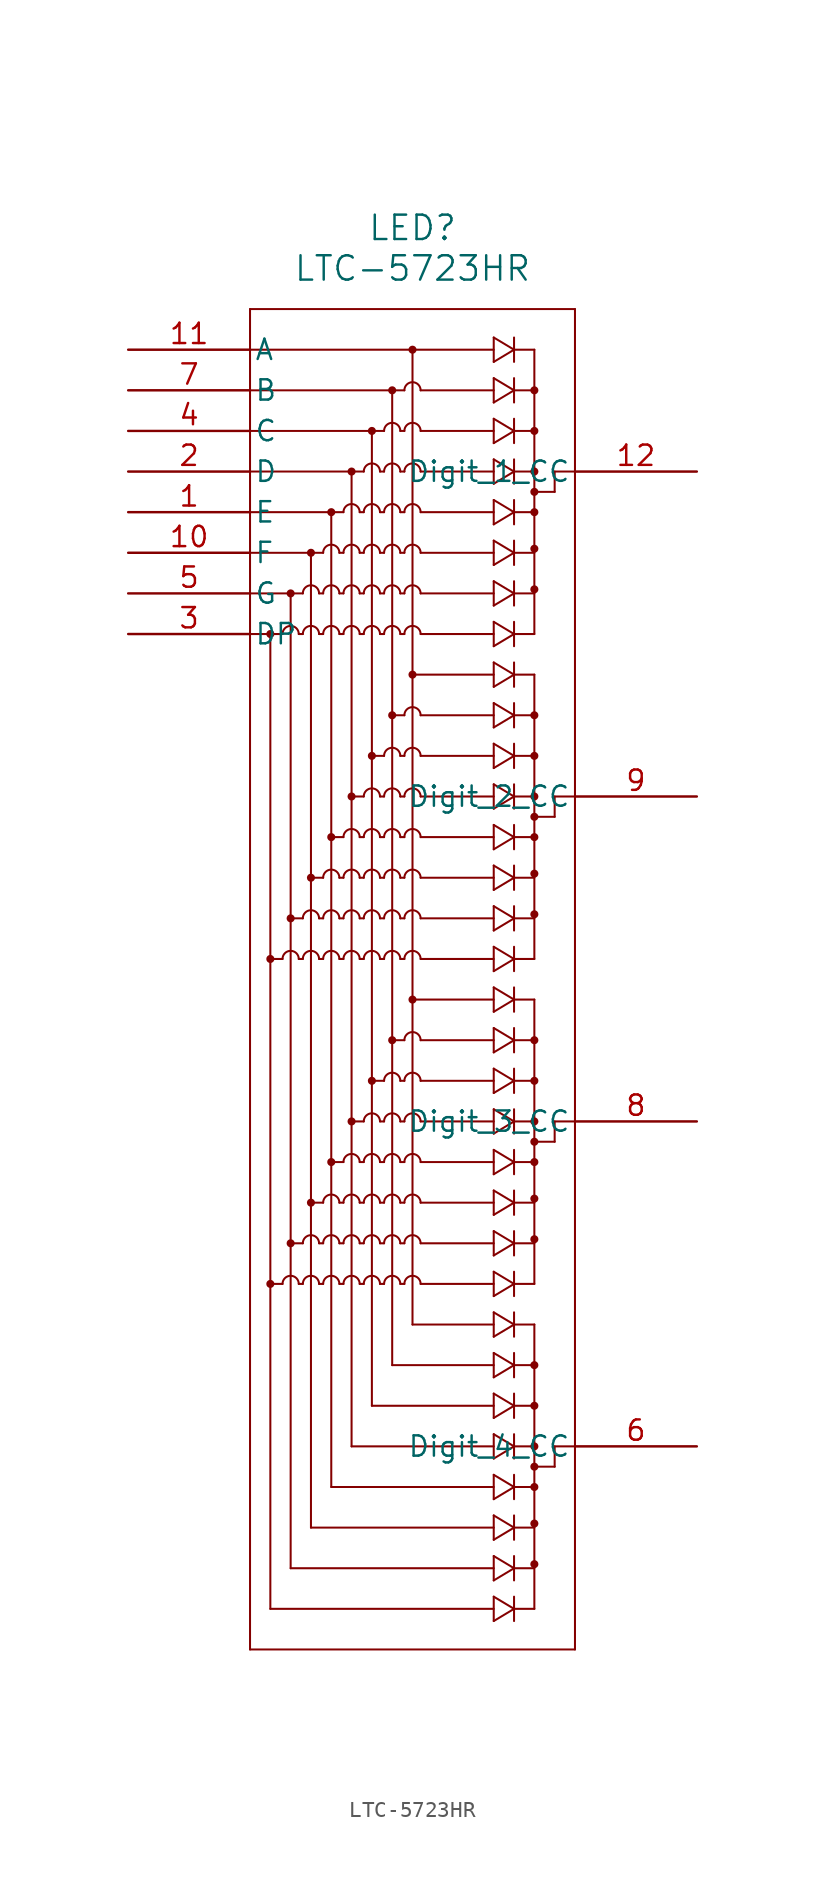
<source format=kicad_sym>
(kicad_symbol_lib
  (version 20231120)
  (generator "kicad_symbol_editor")
  (generator_version "8.0")
  (symbol "LTC-5723HR"
    (pin_names
      (offset 0.254))
    (property "Reference" "LED"
      (at 20.32 7.62 0)
      (effects (font (size 1.524 1.524))))
    (property "Value" "LTC-5723HR"
      (at 20.32 5.08 0)
      (effects (font (size 1.524 1.524))))
    (symbol "LTC-5723HR_0_1"
      (polyline (pts (xy 10.16 -81.28) (xy 30.48 -81.28)) (stroke (width 0.127) (type default)) (fill (type none)))
      (polyline (pts (xy 10.16 -17.78) (xy 12.192 -17.78)) (stroke (width 0.127) (type default)) (fill (type none)))
      (polyline (pts (xy 10.16 -15.24) (xy 13.462 -15.24)) (stroke (width 0.127) (type default)) (fill (type none)))
      (polyline (pts (xy 10.16 -10.16) (xy 16.002 -10.16)) (stroke (width 0.127) (type default)) (fill (type none)))
      (polyline (pts (xy 10.16 -7.62) (xy 17.272 -7.62)) (stroke (width 0.127) (type default)) (fill (type none)))
      (polyline (pts (xy 10.16 -2.54) (xy 19.812 -2.54)) (stroke (width 0.127) (type default)) (fill (type none)))
      (polyline (pts (xy 10.16 0) (xy 25.4 0)) (stroke (width 0.127) (type default)) (fill (type none)))
      (polyline (pts (xy 10.16 2.54) (xy 10.16 -81.28)) (stroke (width 0.127) (type default)) (fill (type none)))
      (polyline (pts (xy 11.43 -58.42) (xy 12.192 -58.42)) (stroke (width 0.127) (type default)) (fill (type none)))
      (polyline (pts (xy 11.43 -38.1) (xy 12.192 -38.1)) (stroke (width 0.127) (type default)) (fill (type none)))
      (polyline (pts (xy 11.43 -17.78) (xy 11.43 -78.74)) (stroke (width 0.127) (type default)) (fill (type none)))
      (polyline (pts (xy 12.7 -55.88) (xy 13.462 -55.88)) (stroke (width 0.127) (type default)) (fill (type none)))
      (polyline (pts (xy 12.7 -35.56) (xy 13.462 -35.56)) (stroke (width 0.127) (type default)) (fill (type none)))
      (polyline (pts (xy 12.7 -15.24) (xy 12.7 -76.2)) (stroke (width 0.127) (type default)) (fill (type none)))
      (polyline (pts (xy 13.462 -58.42) (xy 13.208 -58.42)) (stroke (width 0.127) (type default)) (fill (type none)))
      (polyline (pts (xy 13.462 -38.1) (xy 13.208 -38.1)) (stroke (width 0.127) (type default)) (fill (type none)))
      (polyline (pts (xy 13.462 -17.78) (xy 13.208 -17.78)) (stroke (width 0.127) (type default)) (fill (type none)))
      (polyline (pts (xy 13.97 -73.66) (xy 25.4 -73.66)) (stroke (width 0.127) (type default)) (fill (type none)))
      (polyline (pts (xy 13.97 -12.7) (xy 13.97 -73.66)) (stroke (width 0.127) (type default)) (fill (type none)))
      (polyline (pts (xy 14.732 -58.42) (xy 14.478 -58.42)) (stroke (width 0.127) (type default)) (fill (type none)))
      (polyline (pts (xy 14.732 -55.88) (xy 14.478 -55.88)) (stroke (width 0.127) (type default)) (fill (type none)))
      (polyline (pts (xy 14.732 -53.34) (xy 13.97 -53.34)) (stroke (width 0.127) (type default)) (fill (type none)))
      (polyline (pts (xy 14.732 -38.1) (xy 14.478 -38.1)) (stroke (width 0.127) (type default)) (fill (type none)))
      (polyline (pts (xy 14.732 -35.56) (xy 14.478 -35.56)) (stroke (width 0.127) (type default)) (fill (type none)))
      (polyline (pts (xy 14.732 -33.02) (xy 13.97 -33.02)) (stroke (width 0.127) (type default)) (fill (type none)))
      (polyline (pts (xy 14.732 -17.78) (xy 14.478 -17.78)) (stroke (width 0.127) (type default)) (fill (type none)))
      (polyline (pts (xy 14.732 -15.24) (xy 14.478 -15.24)) (stroke (width 0.127) (type default)) (fill (type none)))
      (polyline (pts (xy 14.732 -12.7) (xy 10.16 -12.7)) (stroke (width 0.127) (type default)) (fill (type none)))
      (polyline (pts (xy 15.24 -71.12) (xy 25.4 -71.12)) (stroke (width 0.127) (type default)) (fill (type none)))
      (polyline (pts (xy 15.24 -50.8) (xy 16.002 -50.8)) (stroke (width 0.127) (type default)) (fill (type none)))
      (polyline (pts (xy 15.24 -30.48) (xy 16.002 -30.48)) (stroke (width 0.127) (type default)) (fill (type none)))
      (polyline (pts (xy 15.24 -10.16) (xy 15.24 -71.12)) (stroke (width 0.127) (type default)) (fill (type none)))
      (polyline (pts (xy 16.002 -58.42) (xy 15.748 -58.42)) (stroke (width 0.127) (type default)) (fill (type none)))
      (polyline (pts (xy 16.002 -55.88) (xy 15.748 -55.88)) (stroke (width 0.127) (type default)) (fill (type none)))
      (polyline (pts (xy 16.002 -53.34) (xy 15.748 -53.34)) (stroke (width 0.127) (type default)) (fill (type none)))
      (polyline (pts (xy 16.002 -38.1) (xy 15.748 -38.1)) (stroke (width 0.127) (type default)) (fill (type none)))
      (polyline (pts (xy 16.002 -35.56) (xy 15.748 -35.56)) (stroke (width 0.127) (type default)) (fill (type none)))
      (polyline (pts (xy 16.002 -33.02) (xy 15.748 -33.02)) (stroke (width 0.127) (type default)) (fill (type none)))
      (polyline (pts (xy 16.002 -17.78) (xy 15.748 -17.78)) (stroke (width 0.127) (type default)) (fill (type none)))
      (polyline (pts (xy 16.002 -15.24) (xy 15.748 -15.24)) (stroke (width 0.127) (type default)) (fill (type none)))
      (polyline (pts (xy 16.002 -12.7) (xy 15.748 -12.7)) (stroke (width 0.127) (type default)) (fill (type none)))
      (polyline (pts (xy 16.51 -68.58) (xy 25.4 -68.58)) (stroke (width 0.127) (type default)) (fill (type none)))
      (polyline (pts (xy 16.51 -48.26) (xy 17.272 -48.26)) (stroke (width 0.127) (type default)) (fill (type none)))
      (polyline (pts (xy 16.51 -27.94) (xy 17.272 -27.94)) (stroke (width 0.127) (type default)) (fill (type none)))
      (polyline (pts (xy 16.51 -7.62) (xy 16.51 -68.58)) (stroke (width 0.127) (type default)) (fill (type none)))
      (polyline (pts (xy 17.272 -58.42) (xy 17.018 -58.42)) (stroke (width 0.127) (type default)) (fill (type none)))
      (polyline (pts (xy 17.272 -55.88) (xy 17.018 -55.88)) (stroke (width 0.127) (type default)) (fill (type none)))
      (polyline (pts (xy 17.272 -53.34) (xy 17.018 -53.34)) (stroke (width 0.127) (type default)) (fill (type none)))
      (polyline (pts (xy 17.272 -50.8) (xy 17.018 -50.8)) (stroke (width 0.127) (type default)) (fill (type none)))
      (polyline (pts (xy 17.272 -38.1) (xy 17.018 -38.1)) (stroke (width 0.127) (type default)) (fill (type none)))
      (polyline (pts (xy 17.272 -35.56) (xy 17.018 -35.56)) (stroke (width 0.127) (type default)) (fill (type none)))
      (polyline (pts (xy 17.272 -33.02) (xy 17.018 -33.02)) (stroke (width 0.127) (type default)) (fill (type none)))
      (polyline (pts (xy 17.272 -30.48) (xy 17.018 -30.48)) (stroke (width 0.127) (type default)) (fill (type none)))
      (polyline (pts (xy 17.272 -17.78) (xy 17.018 -17.78)) (stroke (width 0.127) (type default)) (fill (type none)))
      (polyline (pts (xy 17.272 -15.24) (xy 17.018 -15.24)) (stroke (width 0.127) (type default)) (fill (type none)))
      (polyline (pts (xy 17.272 -12.7) (xy 17.018 -12.7)) (stroke (width 0.127) (type default)) (fill (type none)))
      (polyline (pts (xy 17.272 -10.16) (xy 17.018 -10.16)) (stroke (width 0.127) (type default)) (fill (type none)))
      (polyline (pts (xy 17.78 -66.04) (xy 25.4 -66.04)) (stroke (width 0.127) (type default)) (fill (type none)))
      (polyline (pts (xy 17.78 -5.08) (xy 17.78 -66.04)) (stroke (width 0.127) (type default)) (fill (type none)))
      (polyline (pts (xy 18.542 -58.42) (xy 18.288 -58.42)) (stroke (width 0.127) (type default)) (fill (type none)))
      (polyline (pts (xy 18.542 -55.88) (xy 18.288 -55.88)) (stroke (width 0.127) (type default)) (fill (type none)))
      (polyline (pts (xy 18.542 -53.34) (xy 18.288 -53.34)) (stroke (width 0.127) (type default)) (fill (type none)))
      (polyline (pts (xy 18.542 -50.8) (xy 18.288 -50.8)) (stroke (width 0.127) (type default)) (fill (type none)))
      (polyline (pts (xy 18.542 -48.26) (xy 18.288 -48.26)) (stroke (width 0.127) (type default)) (fill (type none)))
      (polyline (pts (xy 18.542 -45.72) (xy 17.78 -45.72)) (stroke (width 0.127) (type default)) (fill (type none)))
      (polyline (pts (xy 18.542 -38.1) (xy 18.288 -38.1)) (stroke (width 0.127) (type default)) (fill (type none)))
      (polyline (pts (xy 18.542 -35.56) (xy 18.288 -35.56)) (stroke (width 0.127) (type default)) (fill (type none)))
      (polyline (pts (xy 18.542 -33.02) (xy 18.288 -33.02)) (stroke (width 0.127) (type default)) (fill (type none)))
      (polyline (pts (xy 18.542 -30.48) (xy 18.288 -30.48)) (stroke (width 0.127) (type default)) (fill (type none)))
      (polyline (pts (xy 18.542 -27.94) (xy 18.288 -27.94)) (stroke (width 0.127) (type default)) (fill (type none)))
      (polyline (pts (xy 18.542 -25.4) (xy 17.78 -25.4)) (stroke (width 0.127) (type default)) (fill (type none)))
      (polyline (pts (xy 18.542 -17.78) (xy 18.288 -17.78)) (stroke (width 0.127) (type default)) (fill (type none)))
      (polyline (pts (xy 18.542 -15.24) (xy 18.288 -15.24)) (stroke (width 0.127) (type default)) (fill (type none)))
      (polyline (pts (xy 18.542 -12.7) (xy 18.288 -12.7)) (stroke (width 0.127) (type default)) (fill (type none)))
      (polyline (pts (xy 18.542 -10.16) (xy 18.288 -10.16)) (stroke (width 0.127) (type default)) (fill (type none)))
      (polyline (pts (xy 18.542 -7.62) (xy 18.288 -7.62)) (stroke (width 0.127) (type default)) (fill (type none)))
      (polyline (pts (xy 18.542 -5.08) (xy 10.16 -5.08)) (stroke (width 0.127) (type default)) (fill (type none)))
      (polyline (pts (xy 19.05 -63.5) (xy 25.4 -63.5)) (stroke (width 0.127) (type default)) (fill (type none)))
      (polyline (pts (xy 19.05 -43.18) (xy 19.812 -43.18)) (stroke (width 0.127) (type default)) (fill (type none)))
      (polyline (pts (xy 19.05 -22.86) (xy 19.812 -22.86)) (stroke (width 0.127) (type default)) (fill (type none)))
      (polyline (pts (xy 19.05 -2.54) (xy 19.05 -63.5)) (stroke (width 0.127) (type default)) (fill (type none)))
      (polyline (pts (xy 19.812 -58.42) (xy 19.558 -58.42)) (stroke (width 0.127) (type default)) (fill (type none)))
      (polyline (pts (xy 19.812 -55.88) (xy 19.558 -55.88)) (stroke (width 0.127) (type default)) (fill (type none)))
      (polyline (pts (xy 19.812 -53.34) (xy 19.558 -53.34)) (stroke (width 0.127) (type default)) (fill (type none)))
      (polyline (pts (xy 19.812 -50.8) (xy 19.558 -50.8)) (stroke (width 0.127) (type default)) (fill (type none)))
      (polyline (pts (xy 19.812 -48.26) (xy 19.558 -48.26)) (stroke (width 0.127) (type default)) (fill (type none)))
      (polyline (pts (xy 19.812 -45.72) (xy 19.558 -45.72)) (stroke (width 0.127) (type default)) (fill (type none)))
      (polyline (pts (xy 19.812 -38.1) (xy 19.558 -38.1)) (stroke (width 0.127) (type default)) (fill (type none)))
      (polyline (pts (xy 19.812 -35.56) (xy 19.558 -35.56)) (stroke (width 0.127) (type default)) (fill (type none)))
      (polyline (pts (xy 19.812 -33.02) (xy 19.558 -33.02)) (stroke (width 0.127) (type default)) (fill (type none)))
      (polyline (pts (xy 19.812 -30.48) (xy 19.558 -30.48)) (stroke (width 0.127) (type default)) (fill (type none)))
      (polyline (pts (xy 19.812 -27.94) (xy 19.558 -27.94)) (stroke (width 0.127) (type default)) (fill (type none)))
      (polyline (pts (xy 19.812 -25.4) (xy 19.558 -25.4)) (stroke (width 0.127) (type default)) (fill (type none)))
      (polyline (pts (xy 19.812 -17.78) (xy 19.558 -17.78)) (stroke (width 0.127) (type default)) (fill (type none)))
      (polyline (pts (xy 19.812 -15.24) (xy 19.558 -15.24)) (stroke (width 0.127) (type default)) (fill (type none)))
      (polyline (pts (xy 19.812 -12.7) (xy 19.558 -12.7)) (stroke (width 0.127) (type default)) (fill (type none)))
      (polyline (pts (xy 19.812 -10.16) (xy 19.558 -10.16)) (stroke (width 0.127) (type default)) (fill (type none)))
      (polyline (pts (xy 19.812 -7.62) (xy 19.558 -7.62)) (stroke (width 0.127) (type default)) (fill (type none)))
      (polyline (pts (xy 19.812 -5.08) (xy 19.558 -5.08)) (stroke (width 0.127) (type default)) (fill (type none)))
      (polyline (pts (xy 20.32 -60.96) (xy 25.4 -60.96)) (stroke (width 0.127) (type default)) (fill (type none)))
      (polyline (pts (xy 20.32 -40.64) (xy 25.4 -40.64)) (stroke (width 0.127) (type default)) (fill (type none)))
      (polyline (pts (xy 20.32 -20.32) (xy 25.4 -20.32)) (stroke (width 0.127) (type default)) (fill (type none)))
      (polyline (pts (xy 20.32 0) (xy 20.32 -60.96)) (stroke (width 0.127) (type default)) (fill (type none)))
      (polyline (pts (xy 20.828 -53.34) (xy 25.4 -53.34)) (stroke (width 0.127) (type default)) (fill (type none)))
      (polyline (pts (xy 20.828 -50.8) (xy 25.4 -50.8)) (stroke (width 0.127) (type default)) (fill (type none)))
      (polyline (pts (xy 20.828 -48.26) (xy 25.4 -48.26)) (stroke (width 0.127) (type default)) (fill (type none)))
      (polyline (pts (xy 20.828 -45.72) (xy 25.4 -45.72)) (stroke (width 0.127) (type default)) (fill (type none)))
      (polyline (pts (xy 20.828 -43.18) (xy 25.4 -43.18)) (stroke (width 0.127) (type default)) (fill (type none)))
      (polyline (pts (xy 20.828 -33.02) (xy 25.4 -33.02)) (stroke (width 0.127) (type default)) (fill (type none)))
      (polyline (pts (xy 20.828 -30.48) (xy 25.4 -30.48)) (stroke (width 0.127) (type default)) (fill (type none)))
      (polyline (pts (xy 20.828 -27.94) (xy 25.4 -27.94)) (stroke (width 0.127) (type default)) (fill (type none)))
      (polyline (pts (xy 20.828 -25.4) (xy 25.4 -25.4)) (stroke (width 0.127) (type default)) (fill (type none)))
      (polyline (pts (xy 20.828 -22.86) (xy 25.4 -22.86)) (stroke (width 0.127) (type default)) (fill (type none)))
      (polyline (pts (xy 20.828 -12.7) (xy 25.4 -12.7)) (stroke (width 0.127) (type default)) (fill (type none)))
      (polyline (pts (xy 20.828 -10.16) (xy 25.4 -10.16)) (stroke (width 0.127) (type default)) (fill (type none)))
      (polyline (pts (xy 20.828 -7.62) (xy 25.4 -7.62)) (stroke (width 0.127) (type default)) (fill (type none)))
      (polyline (pts (xy 20.828 -5.08) (xy 25.4 -5.08)) (stroke (width 0.127) (type default)) (fill (type none)))
      (polyline (pts (xy 20.828 -2.54) (xy 25.4 -2.54)) (stroke (width 0.127) (type default)) (fill (type none)))
      (polyline (pts (xy 25.4 -79.502) (xy 25.4 -77.978)) (stroke (width 0.127) (type default)) (fill (type none)))
      (polyline (pts (xy 25.4 -78.74) (xy 11.43 -78.74)) (stroke (width 0.127) (type default)) (fill (type none)))
      (polyline (pts (xy 25.4 -77.978) (xy 26.67 -78.74)) (stroke (width 0.127) (type default)) (fill (type none)))
      (polyline (pts (xy 25.4 -76.962) (xy 25.4 -75.438)) (stroke (width 0.127) (type default)) (fill (type none)))
      (polyline (pts (xy 25.4 -76.2) (xy 12.7 -76.2)) (stroke (width 0.127) (type default)) (fill (type none)))
      (polyline (pts (xy 25.4 -75.438) (xy 26.67 -76.2)) (stroke (width 0.127) (type default)) (fill (type none)))
      (polyline (pts (xy 25.4 -74.422) (xy 25.4 -72.898)) (stroke (width 0.127) (type default)) (fill (type none)))
      (polyline (pts (xy 25.4 -72.898) (xy 26.67 -73.66)) (stroke (width 0.127) (type default)) (fill (type none)))
      (polyline (pts (xy 25.4 -71.882) (xy 25.4 -70.358)) (stroke (width 0.127) (type default)) (fill (type none)))
      (polyline (pts (xy 25.4 -70.358) (xy 26.67 -71.12)) (stroke (width 0.127) (type default)) (fill (type none)))
      (polyline (pts (xy 25.4 -69.342) (xy 25.4 -67.818)) (stroke (width 0.127) (type default)) (fill (type none)))
      (polyline (pts (xy 25.4 -67.818) (xy 26.67 -68.58)) (stroke (width 0.127) (type default)) (fill (type none)))
      (polyline (pts (xy 25.4 -66.802) (xy 25.4 -65.278)) (stroke (width 0.127) (type default)) (fill (type none)))
      (polyline (pts (xy 25.4 -65.278) (xy 26.67 -66.04)) (stroke (width 0.127) (type default)) (fill (type none)))
      (polyline (pts (xy 25.4 -64.262) (xy 25.4 -62.738)) (stroke (width 0.127) (type default)) (fill (type none)))
      (polyline (pts (xy 25.4 -62.738) (xy 26.67 -63.5)) (stroke (width 0.127) (type default)) (fill (type none)))
      (polyline (pts (xy 25.4 -61.722) (xy 25.4 -60.198)) (stroke (width 0.127) (type default)) (fill (type none)))
      (polyline (pts (xy 25.4 -60.198) (xy 26.67 -60.96)) (stroke (width 0.127) (type default)) (fill (type none)))
      (polyline (pts (xy 25.4 -59.182) (xy 25.4 -57.658)) (stroke (width 0.127) (type default)) (fill (type none)))
      (polyline (pts (xy 25.4 -58.42) (xy 20.828 -58.42)) (stroke (width 0.127) (type default)) (fill (type none)))
      (polyline (pts (xy 25.4 -57.658) (xy 26.67 -58.42)) (stroke (width 0.127) (type default)) (fill (type none)))
      (polyline (pts (xy 25.4 -56.642) (xy 25.4 -55.118)) (stroke (width 0.127) (type default)) (fill (type none)))
      (polyline (pts (xy 25.4 -55.88) (xy 20.828 -55.88)) (stroke (width 0.127) (type default)) (fill (type none)))
      (polyline (pts (xy 25.4 -55.118) (xy 26.67 -55.88)) (stroke (width 0.127) (type default)) (fill (type none)))
      (polyline (pts (xy 25.4 -54.102) (xy 25.4 -52.578)) (stroke (width 0.127) (type default)) (fill (type none)))
      (polyline (pts (xy 25.4 -52.578) (xy 26.67 -53.34)) (stroke (width 0.127) (type default)) (fill (type none)))
      (polyline (pts (xy 25.4 -51.562) (xy 25.4 -50.038)) (stroke (width 0.127) (type default)) (fill (type none)))
      (polyline (pts (xy 25.4 -50.038) (xy 26.67 -50.8)) (stroke (width 0.127) (type default)) (fill (type none)))
      (polyline (pts (xy 25.4 -49.022) (xy 25.4 -47.498)) (stroke (width 0.127) (type default)) (fill (type none)))
      (polyline (pts (xy 25.4 -47.498) (xy 26.67 -48.26)) (stroke (width 0.127) (type default)) (fill (type none)))
      (polyline (pts (xy 25.4 -46.482) (xy 25.4 -44.958)) (stroke (width 0.127) (type default)) (fill (type none)))
      (polyline (pts (xy 25.4 -44.958) (xy 26.67 -45.72)) (stroke (width 0.127) (type default)) (fill (type none)))
      (polyline (pts (xy 25.4 -43.942) (xy 25.4 -42.418)) (stroke (width 0.127) (type default)) (fill (type none)))
      (polyline (pts (xy 25.4 -42.418) (xy 26.67 -43.18)) (stroke (width 0.127) (type default)) (fill (type none)))
      (polyline (pts (xy 25.4 -41.402) (xy 25.4 -39.878)) (stroke (width 0.127) (type default)) (fill (type none)))
      (polyline (pts (xy 25.4 -39.878) (xy 26.67 -40.64)) (stroke (width 0.127) (type default)) (fill (type none)))
      (polyline (pts (xy 25.4 -38.862) (xy 25.4 -37.338)) (stroke (width 0.127) (type default)) (fill (type none)))
      (polyline (pts (xy 25.4 -38.1) (xy 20.828 -38.1)) (stroke (width 0.127) (type default)) (fill (type none)))
      (polyline (pts (xy 25.4 -37.338) (xy 26.67 -38.1)) (stroke (width 0.127) (type default)) (fill (type none)))
      (polyline (pts (xy 25.4 -36.322) (xy 25.4 -34.798)) (stroke (width 0.127) (type default)) (fill (type none)))
      (polyline (pts (xy 25.4 -35.56) (xy 20.828 -35.56)) (stroke (width 0.127) (type default)) (fill (type none)))
      (polyline (pts (xy 25.4 -34.798) (xy 26.67 -35.56)) (stroke (width 0.127) (type default)) (fill (type none)))
      (polyline (pts (xy 25.4 -33.782) (xy 25.4 -32.258)) (stroke (width 0.127) (type default)) (fill (type none)))
      (polyline (pts (xy 25.4 -32.258) (xy 26.67 -33.02)) (stroke (width 0.127) (type default)) (fill (type none)))
      (polyline (pts (xy 25.4 -31.242) (xy 25.4 -29.718)) (stroke (width 0.127) (type default)) (fill (type none)))
      (polyline (pts (xy 25.4 -29.718) (xy 26.67 -30.48)) (stroke (width 0.127) (type default)) (fill (type none)))
      (polyline (pts (xy 25.4 -28.702) (xy 25.4 -27.178)) (stroke (width 0.127) (type default)) (fill (type none)))
      (polyline (pts (xy 25.4 -27.178) (xy 26.67 -27.94)) (stroke (width 0.127) (type default)) (fill (type none)))
      (polyline (pts (xy 25.4 -26.162) (xy 25.4 -24.638)) (stroke (width 0.127) (type default)) (fill (type none)))
      (polyline (pts (xy 25.4 -24.638) (xy 26.67 -25.4)) (stroke (width 0.127) (type default)) (fill (type none)))
      (polyline (pts (xy 25.4 -23.622) (xy 25.4 -22.098)) (stroke (width 0.127) (type default)) (fill (type none)))
      (polyline (pts (xy 25.4 -22.098) (xy 26.67 -22.86)) (stroke (width 0.127) (type default)) (fill (type none)))
      (polyline (pts (xy 25.4 -21.082) (xy 25.4 -19.558)) (stroke (width 0.127) (type default)) (fill (type none)))
      (polyline (pts (xy 25.4 -19.558) (xy 26.67 -20.32)) (stroke (width 0.127) (type default)) (fill (type none)))
      (polyline (pts (xy 25.4 -18.542) (xy 25.4 -17.018)) (stroke (width 0.127) (type default)) (fill (type none)))
      (polyline (pts (xy 25.4 -17.78) (xy 20.828 -17.78)) (stroke (width 0.127) (type default)) (fill (type none)))
      (polyline (pts (xy 25.4 -17.018) (xy 26.67 -17.78)) (stroke (width 0.127) (type default)) (fill (type none)))
      (polyline (pts (xy 25.4 -16.002) (xy 25.4 -14.478)) (stroke (width 0.127) (type default)) (fill (type none)))
      (polyline (pts (xy 25.4 -15.24) (xy 20.828 -15.24)) (stroke (width 0.127) (type default)) (fill (type none)))
      (polyline (pts (xy 25.4 -14.478) (xy 26.67 -15.24)) (stroke (width 0.127) (type default)) (fill (type none)))
      (polyline (pts (xy 25.4 -13.462) (xy 25.4 -11.938)) (stroke (width 0.127) (type default)) (fill (type none)))
      (polyline (pts (xy 25.4 -11.938) (xy 26.67 -12.7)) (stroke (width 0.127) (type default)) (fill (type none)))
      (polyline (pts (xy 25.4 -10.922) (xy 25.4 -9.398)) (stroke (width 0.127) (type default)) (fill (type none)))
      (polyline (pts (xy 25.4 -9.398) (xy 26.67 -10.16)) (stroke (width 0.127) (type default)) (fill (type none)))
      (polyline (pts (xy 25.4 -8.382) (xy 25.4 -6.858)) (stroke (width 0.127) (type default)) (fill (type none)))
      (polyline (pts (xy 25.4 -6.858) (xy 26.67 -7.62)) (stroke (width 0.127) (type default)) (fill (type none)))
      (polyline (pts (xy 25.4 -5.842) (xy 25.4 -4.318)) (stroke (width 0.127) (type default)) (fill (type none)))
      (polyline (pts (xy 25.4 -4.318) (xy 26.67 -5.08)) (stroke (width 0.127) (type default)) (fill (type none)))
      (polyline (pts (xy 25.4 -3.302) (xy 25.4 -1.778)) (stroke (width 0.127) (type default)) (fill (type none)))
      (polyline (pts (xy 25.4 -1.778) (xy 26.67 -2.54)) (stroke (width 0.127) (type default)) (fill (type none)))
      (polyline (pts (xy 25.4 -0.762) (xy 25.4 0.762)) (stroke (width 0.127) (type default)) (fill (type none)))
      (polyline (pts (xy 25.4 0.762) (xy 26.67 0)) (stroke (width 0.127) (type default)) (fill (type none)))
      (polyline (pts (xy 26.67 -78.74) (xy 25.4 -79.502)) (stroke (width 0.127) (type default)) (fill (type none)))
      (polyline (pts (xy 26.67 -77.978) (xy 26.67 -79.502)) (stroke (width 0.127) (type default)) (fill (type none)))
      (polyline (pts (xy 26.67 -76.2) (xy 25.4 -76.962)) (stroke (width 0.127) (type default)) (fill (type none)))
      (polyline (pts (xy 26.67 -75.438) (xy 26.67 -76.962)) (stroke (width 0.127) (type default)) (fill (type none)))
      (polyline (pts (xy 26.67 -73.66) (xy 25.4 -74.422)) (stroke (width 0.127) (type default)) (fill (type none)))
      (polyline (pts (xy 26.67 -72.898) (xy 26.67 -74.422)) (stroke (width 0.127) (type default)) (fill (type none)))
      (polyline (pts (xy 26.67 -71.12) (xy 25.4 -71.882)) (stroke (width 0.127) (type default)) (fill (type none)))
      (polyline (pts (xy 26.67 -70.358) (xy 26.67 -71.882)) (stroke (width 0.127) (type default)) (fill (type none)))
      (polyline (pts (xy 26.67 -68.58) (xy 25.4 -69.342)) (stroke (width 0.127) (type default)) (fill (type none)))
      (polyline (pts (xy 26.67 -67.818) (xy 26.67 -69.342)) (stroke (width 0.127) (type default)) (fill (type none)))
      (polyline (pts (xy 26.67 -66.04) (xy 25.4 -66.802)) (stroke (width 0.127) (type default)) (fill (type none)))
      (polyline (pts (xy 26.67 -65.278) (xy 26.67 -66.802)) (stroke (width 0.127) (type default)) (fill (type none)))
      (polyline (pts (xy 26.67 -63.5) (xy 25.4 -64.262)) (stroke (width 0.127) (type default)) (fill (type none)))
      (polyline (pts (xy 26.67 -62.738) (xy 26.67 -64.262)) (stroke (width 0.127) (type default)) (fill (type none)))
      (polyline (pts (xy 26.67 -60.96) (xy 25.4 -61.722)) (stroke (width 0.127) (type default)) (fill (type none)))
      (polyline (pts (xy 26.67 -60.198) (xy 26.67 -61.722)) (stroke (width 0.127) (type default)) (fill (type none)))
      (polyline (pts (xy 26.67 -58.42) (xy 25.4 -59.182)) (stroke (width 0.127) (type default)) (fill (type none)))
      (polyline (pts (xy 26.67 -57.658) (xy 26.67 -59.182)) (stroke (width 0.127) (type default)) (fill (type none)))
      (polyline (pts (xy 26.67 -55.88) (xy 25.4 -56.642)) (stroke (width 0.127) (type default)) (fill (type none)))
      (polyline (pts (xy 26.67 -55.118) (xy 26.67 -56.642)) (stroke (width 0.127) (type default)) (fill (type none)))
      (polyline (pts (xy 26.67 -53.34) (xy 25.4 -54.102)) (stroke (width 0.127) (type default)) (fill (type none)))
      (polyline (pts (xy 26.67 -52.578) (xy 26.67 -54.102)) (stroke (width 0.127) (type default)) (fill (type none)))
      (polyline (pts (xy 26.67 -50.8) (xy 25.4 -51.562)) (stroke (width 0.127) (type default)) (fill (type none)))
      (polyline (pts (xy 26.67 -50.038) (xy 26.67 -51.562)) (stroke (width 0.127) (type default)) (fill (type none)))
      (polyline (pts (xy 26.67 -48.26) (xy 25.4 -49.022)) (stroke (width 0.127) (type default)) (fill (type none)))
      (polyline (pts (xy 26.67 -47.498) (xy 26.67 -49.022)) (stroke (width 0.127) (type default)) (fill (type none)))
      (polyline (pts (xy 26.67 -45.72) (xy 25.4 -46.482)) (stroke (width 0.127) (type default)) (fill (type none)))
      (polyline (pts (xy 26.67 -44.958) (xy 26.67 -46.482)) (stroke (width 0.127) (type default)) (fill (type none)))
      (polyline (pts (xy 26.67 -43.18) (xy 25.4 -43.942)) (stroke (width 0.127) (type default)) (fill (type none)))
      (polyline (pts (xy 26.67 -42.418) (xy 26.67 -43.942)) (stroke (width 0.127) (type default)) (fill (type none)))
      (polyline (pts (xy 26.67 -40.64) (xy 25.4 -41.402)) (stroke (width 0.127) (type default)) (fill (type none)))
      (polyline (pts (xy 26.67 -39.878) (xy 26.67 -41.402)) (stroke (width 0.127) (type default)) (fill (type none)))
      (polyline (pts (xy 26.67 -38.1) (xy 25.4 -38.862)) (stroke (width 0.127) (type default)) (fill (type none)))
      (polyline (pts (xy 26.67 -37.338) (xy 26.67 -38.862)) (stroke (width 0.127) (type default)) (fill (type none)))
      (polyline (pts (xy 26.67 -35.56) (xy 25.4 -36.322)) (stroke (width 0.127) (type default)) (fill (type none)))
      (polyline (pts (xy 26.67 -34.798) (xy 26.67 -36.322)) (stroke (width 0.127) (type default)) (fill (type none)))
      (polyline (pts (xy 26.67 -33.02) (xy 25.4 -33.782)) (stroke (width 0.127) (type default)) (fill (type none)))
      (polyline (pts (xy 26.67 -32.258) (xy 26.67 -33.782)) (stroke (width 0.127) (type default)) (fill (type none)))
      (polyline (pts (xy 26.67 -30.48) (xy 25.4 -31.242)) (stroke (width 0.127) (type default)) (fill (type none)))
      (polyline (pts (xy 26.67 -29.718) (xy 26.67 -31.242)) (stroke (width 0.127) (type default)) (fill (type none)))
      (polyline (pts (xy 26.67 -27.94) (xy 25.4 -28.702)) (stroke (width 0.127) (type default)) (fill (type none)))
      (polyline (pts (xy 26.67 -27.178) (xy 26.67 -28.702)) (stroke (width 0.127) (type default)) (fill (type none)))
      (polyline (pts (xy 26.67 -25.4) (xy 25.4 -26.162)) (stroke (width 0.127) (type default)) (fill (type none)))
      (polyline (pts (xy 26.67 -24.638) (xy 26.67 -26.162)) (stroke (width 0.127) (type default)) (fill (type none)))
      (polyline (pts (xy 26.67 -22.86) (xy 25.4 -23.622)) (stroke (width 0.127) (type default)) (fill (type none)))
      (polyline (pts (xy 26.67 -22.098) (xy 26.67 -23.622)) (stroke (width 0.127) (type default)) (fill (type none)))
      (polyline (pts (xy 26.67 -20.32) (xy 25.4 -21.082)) (stroke (width 0.127) (type default)) (fill (type none)))
      (polyline (pts (xy 26.67 -19.558) (xy 26.67 -21.082)) (stroke (width 0.127) (type default)) (fill (type none)))
      (polyline (pts (xy 26.67 -17.78) (xy 25.4 -18.542)) (stroke (width 0.127) (type default)) (fill (type none)))
      (polyline (pts (xy 26.67 -17.018) (xy 26.67 -18.542)) (stroke (width 0.127) (type default)) (fill (type none)))
      (polyline (pts (xy 26.67 -15.24) (xy 25.4 -16.002)) (stroke (width 0.127) (type default)) (fill (type none)))
      (polyline (pts (xy 26.67 -14.478) (xy 26.67 -16.002)) (stroke (width 0.127) (type default)) (fill (type none)))
      (polyline (pts (xy 26.67 -12.7) (xy 25.4 -13.462)) (stroke (width 0.127) (type default)) (fill (type none)))
      (polyline (pts (xy 26.67 -11.938) (xy 26.67 -13.462)) (stroke (width 0.127) (type default)) (fill (type none)))
      (polyline (pts (xy 26.67 -10.16) (xy 25.4 -10.922)) (stroke (width 0.127) (type default)) (fill (type none)))
      (polyline (pts (xy 26.67 -9.398) (xy 26.67 -10.922)) (stroke (width 0.127) (type default)) (fill (type none)))
      (polyline (pts (xy 26.67 -7.62) (xy 25.4 -8.382)) (stroke (width 0.127) (type default)) (fill (type none)))
      (polyline (pts (xy 26.67 -6.858) (xy 26.67 -8.382)) (stroke (width 0.127) (type default)) (fill (type none)))
      (polyline (pts (xy 26.67 -5.08) (xy 25.4 -5.842)) (stroke (width 0.127) (type default)) (fill (type none)))
      (polyline (pts (xy 26.67 -4.318) (xy 26.67 -5.842)) (stroke (width 0.127) (type default)) (fill (type none)))
      (polyline (pts (xy 26.67 -2.54) (xy 25.4 -3.302)) (stroke (width 0.127) (type default)) (fill (type none)))
      (polyline (pts (xy 26.67 -1.778) (xy 26.67 -3.302)) (stroke (width 0.127) (type default)) (fill (type none)))
      (polyline (pts (xy 26.67 0) (xy 25.4 -0.762)) (stroke (width 0.127) (type default)) (fill (type none)))
      (polyline (pts (xy 26.67 0.762) (xy 26.67 -0.762)) (stroke (width 0.127) (type default)) (fill (type none)))
      (polyline (pts (xy 27.94 -78.74) (xy 26.67 -78.74)) (stroke (width 0.127) (type default)) (fill (type none)))
      (polyline (pts (xy 27.94 -78.74) (xy 27.94 -60.96)) (stroke (width 0.127) (type default)) (fill (type none)))
      (polyline (pts (xy 27.94 -76.2) (xy 26.67 -76.2)) (stroke (width 0.127) (type default)) (fill (type none)))
      (polyline (pts (xy 27.94 -73.66) (xy 26.67 -73.66)) (stroke (width 0.127) (type default)) (fill (type none)))
      (polyline (pts (xy 27.94 -71.12) (xy 26.67 -71.12)) (stroke (width 0.127) (type default)) (fill (type none)))
      (polyline (pts (xy 27.94 -68.58) (xy 26.67 -68.58)) (stroke (width 0.127) (type default)) (fill (type none)))
      (polyline (pts (xy 27.94 -66.04) (xy 26.67 -66.04)) (stroke (width 0.127) (type default)) (fill (type none)))
      (polyline (pts (xy 27.94 -63.5) (xy 26.67 -63.5)) (stroke (width 0.127) (type default)) (fill (type none)))
      (polyline (pts (xy 27.94 -60.96) (xy 26.67 -60.96)) (stroke (width 0.127) (type default)) (fill (type none)))
      (polyline (pts (xy 27.94 -58.42) (xy 26.67 -58.42)) (stroke (width 0.127) (type default)) (fill (type none)))
      (polyline (pts (xy 27.94 -58.42) (xy 27.94 -40.64)) (stroke (width 0.127) (type default)) (fill (type none)))
      (polyline (pts (xy 27.94 -55.88) (xy 26.67 -55.88)) (stroke (width 0.127) (type default)) (fill (type none)))
      (polyline (pts (xy 27.94 -53.34) (xy 26.67 -53.34)) (stroke (width 0.127) (type default)) (fill (type none)))
      (polyline (pts (xy 27.94 -50.8) (xy 26.67 -50.8)) (stroke (width 0.127) (type default)) (fill (type none)))
      (polyline (pts (xy 27.94 -48.26) (xy 26.67 -48.26)) (stroke (width 0.127) (type default)) (fill (type none)))
      (polyline (pts (xy 27.94 -45.72) (xy 26.67 -45.72)) (stroke (width 0.127) (type default)) (fill (type none)))
      (polyline (pts (xy 27.94 -43.18) (xy 26.67 -43.18)) (stroke (width 0.127) (type default)) (fill (type none)))
      (polyline (pts (xy 27.94 -40.64) (xy 26.67 -40.64)) (stroke (width 0.127) (type default)) (fill (type none)))
      (polyline (pts (xy 27.94 -38.1) (xy 26.67 -38.1)) (stroke (width 0.127) (type default)) (fill (type none)))
      (polyline (pts (xy 27.94 -38.1) (xy 27.94 -20.32)) (stroke (width 0.127) (type default)) (fill (type none)))
      (polyline (pts (xy 27.94 -35.56) (xy 26.67 -35.56)) (stroke (width 0.127) (type default)) (fill (type none)))
      (polyline (pts (xy 27.94 -33.02) (xy 26.67 -33.02)) (stroke (width 0.127) (type default)) (fill (type none)))
      (polyline (pts (xy 27.94 -30.48) (xy 26.67 -30.48)) (stroke (width 0.127) (type default)) (fill (type none)))
      (polyline (pts (xy 27.94 -27.94) (xy 26.67 -27.94)) (stroke (width 0.127) (type default)) (fill (type none)))
      (polyline (pts (xy 27.94 -25.4) (xy 26.67 -25.4)) (stroke (width 0.127) (type default)) (fill (type none)))
      (polyline (pts (xy 27.94 -22.86) (xy 26.67 -22.86)) (stroke (width 0.127) (type default)) (fill (type none)))
      (polyline (pts (xy 27.94 -20.32) (xy 26.67 -20.32)) (stroke (width 0.127) (type default)) (fill (type none)))
      (polyline (pts (xy 27.94 -17.78) (xy 26.67 -17.78)) (stroke (width 0.127) (type default)) (fill (type none)))
      (polyline (pts (xy 27.94 -17.78) (xy 27.94 0)) (stroke (width 0.127) (type default)) (fill (type none)))
      (polyline (pts (xy 27.94 -15.24) (xy 26.67 -15.24)) (stroke (width 0.127) (type default)) (fill (type none)))
      (polyline (pts (xy 27.94 -12.7) (xy 26.67 -12.7)) (stroke (width 0.127) (type default)) (fill (type none)))
      (polyline (pts (xy 27.94 -10.16) (xy 26.67 -10.16)) (stroke (width 0.127) (type default)) (fill (type none)))
      (polyline (pts (xy 27.94 -7.62) (xy 26.67 -7.62)) (stroke (width 0.127) (type default)) (fill (type none)))
      (polyline (pts (xy 27.94 -5.08) (xy 26.67 -5.08)) (stroke (width 0.127) (type default)) (fill (type none)))
      (polyline (pts (xy 27.94 -2.54) (xy 26.67 -2.54)) (stroke (width 0.127) (type default)) (fill (type none)))
      (polyline (pts (xy 27.94 0) (xy 26.67 0)) (stroke (width 0.127) (type default)) (fill (type none)))
      (polyline (pts (xy 29.21 -69.85) (xy 27.94 -69.85)) (stroke (width 0.127) (type default)) (fill (type none)))
      (polyline (pts (xy 29.21 -68.58) (xy 29.21 -69.85)) (stroke (width 0.127) (type default)) (fill (type none)))
      (polyline (pts (xy 29.21 -49.53) (xy 27.94 -49.53)) (stroke (width 0.127) (type default)) (fill (type none)))
      (polyline (pts (xy 29.21 -48.26) (xy 29.21 -49.53)) (stroke (width 0.127) (type default)) (fill (type none)))
      (polyline (pts (xy 29.21 -29.21) (xy 27.94 -29.21)) (stroke (width 0.127) (type default)) (fill (type none)))
      (polyline (pts (xy 29.21 -27.94) (xy 29.21 -29.21)) (stroke (width 0.127) (type default)) (fill (type none)))
      (polyline (pts (xy 29.21 -8.89) (xy 27.94 -8.89)) (stroke (width 0.127) (type default)) (fill (type none)))
      (polyline (pts (xy 29.21 -7.62) (xy 29.21 -8.89)) (stroke (width 0.127) (type default)) (fill (type none)))
      (polyline (pts (xy 30.48 -81.28) (xy 30.48 2.54)) (stroke (width 0.127) (type default)) (fill (type none)))
      (polyline (pts (xy 30.48 -68.58) (xy 29.21 -68.58)) (stroke (width 0.127) (type default)) (fill (type none)))
      (polyline (pts (xy 30.48 -48.26) (xy 29.21 -48.26)) (stroke (width 0.127) (type default)) (fill (type none)))
      (polyline (pts (xy 30.48 -27.94) (xy 29.21 -27.94)) (stroke (width 0.127) (type default)) (fill (type none)))
      (polyline (pts (xy 30.48 -7.62) (xy 29.21 -7.62)) (stroke (width 0.127) (type default)) (fill (type none)))
      (polyline (pts (xy 30.48 2.54) (xy 10.16 2.54)) (stroke (width 0.127) (type default)) (fill (type none)))
      (circle (center 11.43 -58.42) (radius 0.127) (stroke (width 0.254) (type default)) (fill (type none)))
      (circle (center 11.43 -38.1) (radius 0.127) (stroke (width 0.254) (type default)) (fill (type none)))
      (circle (center 11.43 -17.78) (radius 0.127) (stroke (width 0.254) (type default)) (fill (type none)))
      (circle (center 12.7 -55.88) (radius 0.127) (stroke (width 0.254) (type default)) (fill (type none)))
      (circle (center 12.7 -35.56) (radius 0.127) (stroke (width 0.254) (type default)) (fill (type none)))
      (circle (center 12.7 -15.24) (radius 0.127) (stroke (width 0.254) (type default)) (fill (type none)))
      (arc (start 13.208 -58.42) (mid 12.7 -57.9142) (end 12.192 -58.42) (stroke (width 0.127) (type default)) (fill (type none)))
      (arc (start 13.208 -38.1) (mid 12.7 -37.5942) (end 12.192 -38.1) (stroke (width 0.127) (type default)) (fill (type none)))
      (arc (start 13.208 -17.78) (mid 12.7 -17.2742) (end 12.192 -17.78) (stroke (width 0.127) (type default)) (fill (type none)))
      (circle (center 13.97 -53.34) (radius 0.127) (stroke (width 0.254) (type default)) (fill (type none)))
      (circle (center 13.97 -33.02) (radius 0.127) (stroke (width 0.254) (type default)) (fill (type none)))
      (circle (center 13.97 -12.7) (radius 0.127) (stroke (width 0.254) (type default)) (fill (type none)))
      (arc (start 14.478 -58.42) (mid 13.97 -57.9142) (end 13.462 -58.42) (stroke (width 0.127) (type default)) (fill (type none)))
      (arc (start 14.478 -55.88) (mid 13.97 -55.3742) (end 13.462 -55.88) (stroke (width 0.127) (type default)) (fill (type none)))
      (arc (start 14.478 -38.1) (mid 13.97 -37.5942) (end 13.462 -38.1) (stroke (width 0.127) (type default)) (fill (type none)))
      (arc (start 14.478 -35.56) (mid 13.97 -35.0542) (end 13.462 -35.56) (stroke (width 0.127) (type default)) (fill (type none)))
      (arc (start 14.478 -17.78) (mid 13.97 -17.2742) (end 13.462 -17.78) (stroke (width 0.127) (type default)) (fill (type none)))
      (arc (start 14.478 -15.24) (mid 13.97 -14.7342) (end 13.462 -15.24) (stroke (width 0.127) (type default)) (fill (type none)))
      (circle (center 15.24 -50.8) (radius 0.127) (stroke (width 0.254) (type default)) (fill (type none)))
      (circle (center 15.24 -30.48) (radius 0.127) (stroke (width 0.254) (type default)) (fill (type none)))
      (circle (center 15.24 -10.16) (radius 0.127) (stroke (width 0.254) (type default)) (fill (type none)))
      (arc (start 15.748 -58.42) (mid 15.24 -57.9142) (end 14.732 -58.42) (stroke (width 0.127) (type default)) (fill (type none)))
      (arc (start 15.748 -55.88) (mid 15.24 -55.3742) (end 14.732 -55.88) (stroke (width 0.127) (type default)) (fill (type none)))
      (arc (start 15.748 -53.34) (mid 15.24 -52.8342) (end 14.732 -53.34) (stroke (width 0.127) (type default)) (fill (type none)))
      (arc (start 15.748 -38.1) (mid 15.24 -37.5942) (end 14.732 -38.1) (stroke (width 0.127) (type default)) (fill (type none)))
      (arc (start 15.748 -35.56) (mid 15.24 -35.0542) (end 14.732 -35.56) (stroke (width 0.127) (type default)) (fill (type none)))
      (arc (start 15.748 -33.02) (mid 15.24 -32.5142) (end 14.732 -33.02) (stroke (width 0.127) (type default)) (fill (type none)))
      (arc (start 15.748 -17.78) (mid 15.24 -17.2742) (end 14.732 -17.78) (stroke (width 0.127) (type default)) (fill (type none)))
      (arc (start 15.748 -15.24) (mid 15.24 -14.7342) (end 14.732 -15.24) (stroke (width 0.127) (type default)) (fill (type none)))
      (arc (start 15.748 -12.7) (mid 15.24 -12.1942) (end 14.732 -12.7) (stroke (width 0.127) (type default)) (fill (type none)))
      (circle (center 16.51 -48.26) (radius 0.127) (stroke (width 0.254) (type default)) (fill (type none)))
      (circle (center 16.51 -27.94) (radius 0.127) (stroke (width 0.254) (type default)) (fill (type none)))
      (circle (center 16.51 -7.62) (radius 0.127) (stroke (width 0.254) (type default)) (fill (type none)))
      (arc (start 17.018 -58.42) (mid 16.51 -57.9142) (end 16.002 -58.42) (stroke (width 0.127) (type default)) (fill (type none)))
      (arc (start 17.018 -55.88) (mid 16.51 -55.3742) (end 16.002 -55.88) (stroke (width 0.127) (type default)) (fill (type none)))
      (arc (start 17.018 -53.34) (mid 16.51 -52.8342) (end 16.002 -53.34) (stroke (width 0.127) (type default)) (fill (type none)))
      (arc (start 17.018 -50.8) (mid 16.51 -50.2942) (end 16.002 -50.8) (stroke (width 0.127) (type default)) (fill (type none)))
      (arc (start 17.018 -38.1) (mid 16.51 -37.5942) (end 16.002 -38.1) (stroke (width 0.127) (type default)) (fill (type none)))
      (arc (start 17.018 -35.56) (mid 16.51 -35.0542) (end 16.002 -35.56) (stroke (width 0.127) (type default)) (fill (type none)))
      (arc (start 17.018 -33.02) (mid 16.51 -32.5142) (end 16.002 -33.02) (stroke (width 0.127) (type default)) (fill (type none)))
      (arc (start 17.018 -30.48) (mid 16.51 -29.9742) (end 16.002 -30.48) (stroke (width 0.127) (type default)) (fill (type none)))
      (arc (start 17.018 -17.78) (mid 16.51 -17.2742) (end 16.002 -17.78) (stroke (width 0.127) (type default)) (fill (type none)))
      (arc (start 17.018 -15.24) (mid 16.51 -14.7342) (end 16.002 -15.24) (stroke (width 0.127) (type default)) (fill (type none)))
      (arc (start 17.018 -12.7) (mid 16.51 -12.1942) (end 16.002 -12.7) (stroke (width 0.127) (type default)) (fill (type none)))
      (arc (start 17.018 -10.16) (mid 16.51 -9.6542) (end 16.002 -10.16) (stroke (width 0.127) (type default)) (fill (type none)))
      (circle (center 17.78 -45.72) (radius 0.127) (stroke (width 0.254) (type default)) (fill (type none)))
      (circle (center 17.78 -25.4) (radius 0.127) (stroke (width 0.254) (type default)) (fill (type none)))
      (circle (center 17.78 -5.08) (radius 0.127) (stroke (width 0.254) (type default)) (fill (type none)))
      (arc (start 18.288 -58.42) (mid 17.78 -57.9142) (end 17.272 -58.42) (stroke (width 0.127) (type default)) (fill (type none)))
      (arc (start 18.288 -55.88) (mid 17.78 -55.3742) (end 17.272 -55.88) (stroke (width 0.127) (type default)) (fill (type none)))
      (arc (start 18.288 -53.34) (mid 17.78 -52.8342) (end 17.272 -53.34) (stroke (width 0.127) (type default)) (fill (type none)))
      (arc (start 18.288 -50.8) (mid 17.78 -50.2942) (end 17.272 -50.8) (stroke (width 0.127) (type default)) (fill (type none)))
      (arc (start 18.288 -48.26) (mid 17.78 -47.7542) (end 17.272 -48.26) (stroke (width 0.127) (type default)) (fill (type none)))
      (arc (start 18.288 -38.1) (mid 17.78 -37.5942) (end 17.272 -38.1) (stroke (width 0.127) (type default)) (fill (type none)))
      (arc (start 18.288 -35.56) (mid 17.78 -35.0542) (end 17.272 -35.56) (stroke (width 0.127) (type default)) (fill (type none)))
      (arc (start 18.288 -33.02) (mid 17.78 -32.5142) (end 17.272 -33.02) (stroke (width 0.127) (type default)) (fill (type none)))
      (arc (start 18.288 -30.48) (mid 17.78 -29.9742) (end 17.272 -30.48) (stroke (width 0.127) (type default)) (fill (type none)))
      (arc (start 18.288 -27.94) (mid 17.78 -27.4342) (end 17.272 -27.94) (stroke (width 0.127) (type default)) (fill (type none)))
      (arc (start 18.288 -17.78) (mid 17.78 -17.2742) (end 17.272 -17.78) (stroke (width 0.127) (type default)) (fill (type none)))
      (arc (start 18.288 -15.24) (mid 17.78 -14.7342) (end 17.272 -15.24) (stroke (width 0.127) (type default)) (fill (type none)))
      (arc (start 18.288 -12.7) (mid 17.78 -12.1942) (end 17.272 -12.7) (stroke (width 0.127) (type default)) (fill (type none)))
      (arc (start 18.288 -10.16) (mid 17.78 -9.6542) (end 17.272 -10.16) (stroke (width 0.127) (type default)) (fill (type none)))
      (arc (start 18.288 -7.62) (mid 17.78 -7.1142) (end 17.272 -7.62) (stroke (width 0.127) (type default)) (fill (type none)))
      (circle (center 19.05 -43.18) (radius 0.127) (stroke (width 0.254) (type default)) (fill (type none)))
      (circle (center 19.05 -22.86) (radius 0.127) (stroke (width 0.254) (type default)) (fill (type none)))
      (circle (center 19.05 -2.54) (radius 0.127) (stroke (width 0.254) (type default)) (fill (type none)))
      (arc (start 19.558 -58.42) (mid 19.05 -57.9142) (end 18.542 -58.42) (stroke (width 0.127) (type default)) (fill (type none)))
      (arc (start 19.558 -55.88) (mid 19.05 -55.3742) (end 18.542 -55.88) (stroke (width 0.127) (type default)) (fill (type none)))
      (arc (start 19.558 -53.34) (mid 19.05 -52.8342) (end 18.542 -53.34) (stroke (width 0.127) (type default)) (fill (type none)))
      (arc (start 19.558 -50.8) (mid 19.05 -50.2942) (end 18.542 -50.8) (stroke (width 0.127) (type default)) (fill (type none)))
      (arc (start 19.558 -48.26) (mid 19.05 -47.7542) (end 18.542 -48.26) (stroke (width 0.127) (type default)) (fill (type none)))
      (arc (start 19.558 -45.72) (mid 19.05 -45.2142) (end 18.542 -45.72) (stroke (width 0.127) (type default)) (fill (type none)))
      (arc (start 19.558 -38.1) (mid 19.05 -37.5942) (end 18.542 -38.1) (stroke (width 0.127) (type default)) (fill (type none)))
      (arc (start 19.558 -35.56) (mid 19.05 -35.0542) (end 18.542 -35.56) (stroke (width 0.127) (type default)) (fill (type none)))
      (arc (start 19.558 -33.02) (mid 19.05 -32.5142) (end 18.542 -33.02) (stroke (width 0.127) (type default)) (fill (type none)))
      (arc (start 19.558 -30.48) (mid 19.05 -29.9742) (end 18.542 -30.48) (stroke (width 0.127) (type default)) (fill (type none)))
      (arc (start 19.558 -27.94) (mid 19.05 -27.4342) (end 18.542 -27.94) (stroke (width 0.127) (type default)) (fill (type none)))
      (arc (start 19.558 -25.4) (mid 19.05 -24.8942) (end 18.542 -25.4) (stroke (width 0.127) (type default)) (fill (type none)))
      (arc (start 19.558 -17.78) (mid 19.05 -17.2742) (end 18.542 -17.78) (stroke (width 0.127) (type default)) (fill (type none)))
      (arc (start 19.558 -15.24) (mid 19.05 -14.7342) (end 18.542 -15.24) (stroke (width 0.127) (type default)) (fill (type none)))
      (arc (start 19.558 -12.7) (mid 19.05 -12.1942) (end 18.542 -12.7) (stroke (width 0.127) (type default)) (fill (type none)))
      (arc (start 19.558 -10.16) (mid 19.05 -9.6542) (end 18.542 -10.16) (stroke (width 0.127) (type default)) (fill (type none)))
      (arc (start 19.558 -7.62) (mid 19.05 -7.1142) (end 18.542 -7.62) (stroke (width 0.127) (type default)) (fill (type none)))
      (arc (start 19.558 -5.08) (mid 19.05 -4.5742) (end 18.542 -5.08) (stroke (width 0.127) (type default)) (fill (type none)))
      (circle (center 20.32 -40.64) (radius 0.127) (stroke (width 0.254) (type default)) (fill (type none)))
      (circle (center 20.32 -20.32) (radius 0.127) (stroke (width 0.254) (type default)) (fill (type none)))
      (circle (center 20.32 0) (radius 0.127) (stroke (width 0.254) (type default)) (fill (type none)))
      (arc (start 20.828 -58.42) (mid 20.32 -57.9142) (end 19.812 -58.42) (stroke (width 0.127) (type default)) (fill (type none)))
      (arc (start 20.828 -55.88) (mid 20.32 -55.3742) (end 19.812 -55.88) (stroke (width 0.127) (type default)) (fill (type none)))
      (arc (start 20.828 -53.34) (mid 20.32 -52.8342) (end 19.812 -53.34) (stroke (width 0.127) (type default)) (fill (type none)))
      (arc (start 20.828 -50.8) (mid 20.32 -50.2942) (end 19.812 -50.8) (stroke (width 0.127) (type default)) (fill (type none)))
      (arc (start 20.828 -48.26) (mid 20.32 -47.7542) (end 19.812 -48.26) (stroke (width 0.127) (type default)) (fill (type none)))
      (arc (start 20.828 -45.72) (mid 20.32 -45.2142) (end 19.812 -45.72) (stroke (width 0.127) (type default)) (fill (type none)))
      (arc (start 20.828 -43.18) (mid 20.32 -42.6742) (end 19.812 -43.18) (stroke (width 0.127) (type default)) (fill (type none)))
      (arc (start 20.828 -38.1) (mid 20.32 -37.5942) (end 19.812 -38.1) (stroke (width 0.127) (type default)) (fill (type none)))
      (arc (start 20.828 -35.56) (mid 20.32 -35.0542) (end 19.812 -35.56) (stroke (width 0.127) (type default)) (fill (type none)))
      (arc (start 20.828 -33.02) (mid 20.32 -32.5142) (end 19.812 -33.02) (stroke (width 0.127) (type default)) (fill (type none)))
      (arc (start 20.828 -30.48) (mid 20.32 -29.9742) (end 19.812 -30.48) (stroke (width 0.127) (type default)) (fill (type none)))
      (arc (start 20.828 -27.94) (mid 20.32 -27.4342) (end 19.812 -27.94) (stroke (width 0.127) (type default)) (fill (type none)))
      (arc (start 20.828 -25.4) (mid 20.32 -24.8942) (end 19.812 -25.4) (stroke (width 0.127) (type default)) (fill (type none)))
      (arc (start 20.828 -22.86) (mid 20.32 -22.3542) (end 19.812 -22.86) (stroke (width 0.127) (type default)) (fill (type none)))
      (arc (start 20.828 -17.78) (mid 20.32 -17.2742) (end 19.812 -17.78) (stroke (width 0.127) (type default)) (fill (type none)))
      (arc (start 20.828 -15.24) (mid 20.32 -14.7342) (end 19.812 -15.24) (stroke (width 0.127) (type default)) (fill (type none)))
      (arc (start 20.828 -12.7) (mid 20.32 -12.1942) (end 19.812 -12.7) (stroke (width 0.127) (type default)) (fill (type none)))
      (arc (start 20.828 -10.16) (mid 20.32 -9.6542) (end 19.812 -10.16) (stroke (width 0.127) (type default)) (fill (type none)))
      (arc (start 20.828 -7.62) (mid 20.32 -7.1142) (end 19.812 -7.62) (stroke (width 0.127) (type default)) (fill (type none)))
      (arc (start 20.828 -5.08) (mid 20.32 -4.5742) (end 19.812 -5.08) (stroke (width 0.127) (type default)) (fill (type none)))
      (arc (start 20.828 -2.54) (mid 20.32 -2.0342) (end 19.812 -2.54) (stroke (width 0.127) (type default)) (fill (type none)))
      (circle (center 27.94 -75.946) (radius 0.127) (stroke (width 0.254) (type default)) (fill (type none)))
      (circle (center 27.94 -73.406) (radius 0.127) (stroke (width 0.254) (type default)) (fill (type none)))
      (circle (center 27.94 -71.12) (radius 0.127) (stroke (width 0.254) (type default)) (fill (type none)))
      (circle (center 27.94 -69.85) (radius 0.127) (stroke (width 0.254) (type default)) (fill (type none)))
      (circle (center 27.94 -68.58) (radius 0.127) (stroke (width 0.254) (type default)) (fill (type none)))
      (circle (center 27.94 -66.04) (radius 0.127) (stroke (width 0.254) (type default)) (fill (type none)))
      (circle (center 27.94 -63.5) (radius 0.127) (stroke (width 0.254) (type default)) (fill (type none)))
      (circle (center 27.94 -55.626) (radius 0.127) (stroke (width 0.254) (type default)) (fill (type none)))
      (circle (center 27.94 -53.086) (radius 0.127) (stroke (width 0.254) (type default)) (fill (type none)))
      (circle (center 27.94 -50.8) (radius 0.127) (stroke (width 0.254) (type default)) (fill (type none)))
      (circle (center 27.94 -49.53) (radius 0.127) (stroke (width 0.254) (type default)) (fill (type none)))
      (circle (center 27.94 -48.26) (radius 0.127) (stroke (width 0.254) (type default)) (fill (type none)))
      (circle (center 27.94 -45.72) (radius 0.127) (stroke (width 0.254) (type default)) (fill (type none)))
      (circle (center 27.94 -43.18) (radius 0.127) (stroke (width 0.254) (type default)) (fill (type none)))
      (circle (center 27.94 -35.306) (radius 0.127) (stroke (width 0.254) (type default)) (fill (type none)))
      (circle (center 27.94 -32.766) (radius 0.127) (stroke (width 0.254) (type default)) (fill (type none)))
      (circle (center 27.94 -30.48) (radius 0.127) (stroke (width 0.254) (type default)) (fill (type none)))
      (circle (center 27.94 -29.21) (radius 0.127) (stroke (width 0.254) (type default)) (fill (type none)))
      (circle (center 27.94 -27.94) (radius 0.127) (stroke (width 0.254) (type default)) (fill (type none)))
      (circle (center 27.94 -25.4) (radius 0.127) (stroke (width 0.254) (type default)) (fill (type none)))
      (circle (center 27.94 -22.86) (radius 0.127) (stroke (width 0.254) (type default)) (fill (type none)))
      (circle (center 27.94 -14.986) (radius 0.127) (stroke (width 0.254) (type default)) (fill (type none)))
      (circle (center 27.94 -12.446) (radius 0.127) (stroke (width 0.254) (type default)) (fill (type none)))
      (circle (center 27.94 -10.16) (radius 0.127) (stroke (width 0.254) (type default)) (fill (type none)))
      (circle (center 27.94 -8.89) (radius 0.127) (stroke (width 0.254) (type default)) (fill (type none)))
      (circle (center 27.94 -7.62) (radius 0.127) (stroke (width 0.254) (type default)) (fill (type none)))
      (circle (center 27.94 -5.08) (radius 0.127) (stroke (width 0.254) (type default)) (fill (type none)))
      (circle (center 27.94 -2.54) (radius 0.127) (stroke (width 0.254) (type default)) (fill (type none))))
    (symbol "LTC-5723HR_1_1"
      (pin unspecified line (at 2.54 -10.16 0) (length 7.62) (name "E" (effects (font (size 1.27 1.27)))) (number "1" (effects (font (size 1.27 1.27)))))
      (pin unspecified line (at 2.54 -12.7 0) (length 7.62) (name "F" (effects (font (size 1.27 1.27)))) (number "10" (effects (font (size 1.27 1.27)))))
      (pin unspecified line (at 2.54 0 0) (length 7.62) (name "A" (effects (font (size 1.27 1.27)))) (number "11" (effects (font (size 1.27 1.27)))))
      (pin power_in line (at 38.1 -7.62 180) (length 7.62) (name "Digit_1_CC" (effects (font (size 1.27 1.27)))) (number "12" (effects (font (size 1.27 1.27)))))
      (pin unspecified line (at 2.54 -7.62 0) (length 7.62) (name "D" (effects (font (size 1.27 1.27)))) (number "2" (effects (font (size 1.27 1.27)))))
      (pin unspecified line (at 2.54 -17.78 0) (length 7.62) (name "DP" (effects (font (size 1.27 1.27)))) (number "3" (effects (font (size 1.27 1.27)))))
      (pin unspecified line (at 2.54 -5.08 0) (length 7.62) (name "C" (effects (font (size 1.27 1.27)))) (number "4" (effects (font (size 1.27 1.27)))))
      (pin unspecified line (at 2.54 -15.24 0) (length 7.62) (name "G" (effects (font (size 1.27 1.27)))) (number "5" (effects (font (size 1.27 1.27)))))
      (pin power_in line (at 38.1 -68.58 180) (length 7.62) (name "Digit_4_CC" (effects (font (size 1.27 1.27)))) (number "6" (effects (font (size 1.27 1.27)))))
      (pin unspecified line (at 2.54 -2.54 0) (length 7.62) (name "B" (effects (font (size 1.27 1.27)))) (number "7" (effects (font (size 1.27 1.27)))))
      (pin power_in line (at 38.1 -48.26 180) (length 7.62) (name "Digit_3_CC" (effects (font (size 1.27 1.27)))) (number "8" (effects (font (size 1.27 1.27)))))
      (pin power_in line (at 38.1 -27.94 180) (length 7.62) (name "Digit_2_CC" (effects (font (size 1.27 1.27)))) (number "9" (effects (font (size 1.27 1.27))))))))
</source>
